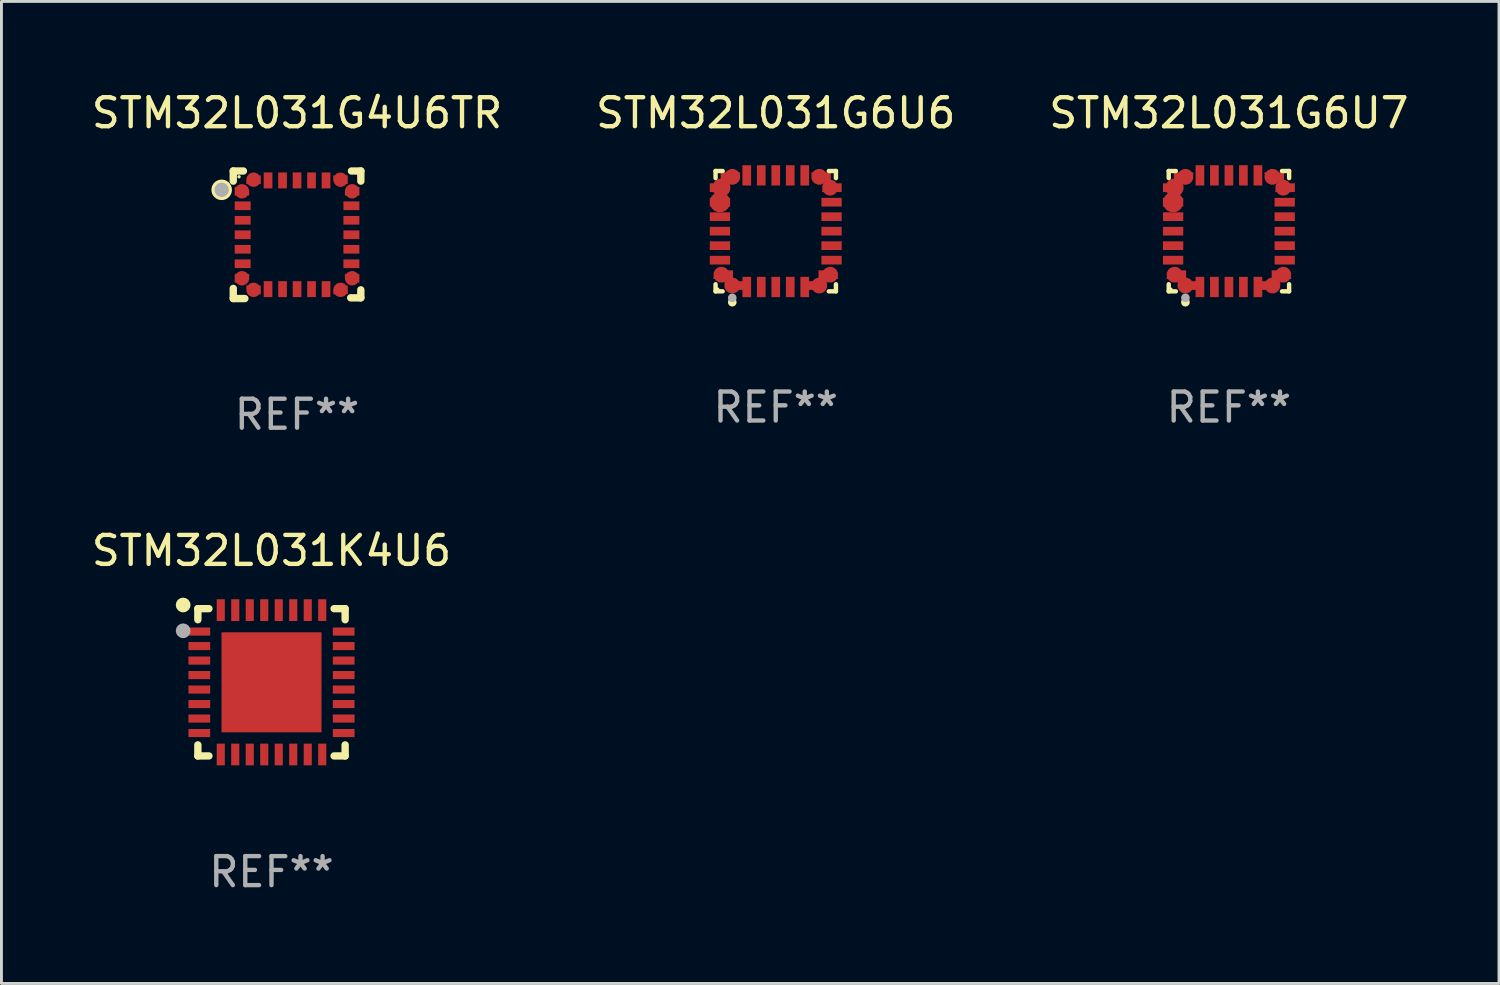
<source format=kicad_pcb>
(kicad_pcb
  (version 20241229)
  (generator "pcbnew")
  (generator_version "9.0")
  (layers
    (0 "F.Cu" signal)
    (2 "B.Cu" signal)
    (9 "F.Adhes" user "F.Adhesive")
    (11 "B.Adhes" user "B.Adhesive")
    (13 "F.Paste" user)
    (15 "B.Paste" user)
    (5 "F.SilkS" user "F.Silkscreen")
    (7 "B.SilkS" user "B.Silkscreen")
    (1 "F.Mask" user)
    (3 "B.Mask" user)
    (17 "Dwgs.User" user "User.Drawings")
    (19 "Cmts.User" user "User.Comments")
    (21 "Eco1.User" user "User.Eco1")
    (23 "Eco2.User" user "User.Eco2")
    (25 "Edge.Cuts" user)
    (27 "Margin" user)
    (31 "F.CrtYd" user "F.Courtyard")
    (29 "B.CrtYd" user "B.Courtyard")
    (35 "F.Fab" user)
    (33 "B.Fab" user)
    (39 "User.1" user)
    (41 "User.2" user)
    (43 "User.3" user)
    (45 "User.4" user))
  (footprint "STM32L031G6U6"
    (layer "F.Cu")
    (at 23.708 4.924)
    (property "Reference" "STM32L031G6U6" (at 0 -4.076 0) (layer "F.SilkS") (effects (font (size 1 1) (thickness 0.15))))
    (attr through_hole)
    (fp_line (start -2.076 -2.076) (end -1.831 -2.076) (stroke (width 0.152) (type solid)) (layer "F.SilkS"))
    (fp_line (start -2.076 -1.831) (end -2.076 -2.076) (stroke (width 0.152) (type solid)) (layer "F.SilkS"))
    (fp_line (start -2.076 1.831) (end -2.076 2.076) (stroke (width 0.152) (type solid)) (layer "F.SilkS"))
    (fp_line (start -2.076 2.076) (end -1.831 2.076) (stroke (width 0.152) (type solid)) (layer "F.SilkS"))
    (fp_line (start 2.076 -2.076) (end 1.831 -2.076) (stroke (width 0.152) (type solid)) (layer "F.SilkS"))
    (fp_line (start 2.076 -1.831) (end 2.076 -2.076) (stroke (width 0.152) (type solid)) (layer "F.SilkS"))
    (fp_line (start 2.076 1.831) (end 2.076 2.076) (stroke (width 0.152) (type solid)) (layer "F.SilkS"))
    (fp_line (start 2.076 2.076) (end 1.831 2.076) (stroke (width 0.152) (type solid)) (layer "F.SilkS"))
    (fp_circle (center -2 2) (end -1.97 2) (stroke (width 0.06) (type solid)) (fill no) (layer "F.SilkS"))
    (fp_circle (center -1.5 2.45) (end -1.425 2.45) (stroke (width 0.15) (type solid)) (fill no) (layer "F.SilkS"))
    (fp_circle (center -1.5 2.3) (end -1.425 2.3) (stroke (width 0.15) (type solid)) (fill no) (layer "F.Fab"))
    (fp_text user "REF**" (at 0 6.076 0) (layer "F.Fab") (effects (font (size 1 1) (thickness 0.15))))
    (pad "1" smd custom (at -1.5 1.875 90) (size 0.55 0.3) (layers "F.Cu" "F.Mask" "F.Paste") (options (anchor circle)) (primitives (gr_poly (pts (xy -0.15 -0.025) (xy -0.15 0.4) (xy 0.15 0.4) (xy 0.15 -0.275) (xy 0.1 -0.275)) (width 0) (fill yes))))
    (pad "2" smd rect (at -1 1.925) (size 0.3 0.7) (layers "F.Cu" "F.Mask" "F.Paste"))
    (pad "3" smd rect (at -0.5 1.925) (size 0.3 0.7) (layers "F.Cu" "F.Mask" "F.Paste"))
    (pad "4" smd rect (at 0 1.925) (size 0.3 0.7) (layers "F.Cu" "F.Mask" "F.Paste"))
    (pad "5" smd rect (at 0.5 1.925) (size 0.3 0.7) (layers "F.Cu" "F.Mask" "F.Paste"))
    (pad "6" smd rect (at 1 1.925) (size 0.3 0.7) (layers "F.Cu" "F.Mask" "F.Paste"))
    (pad "7" smd custom (at 1.5 1.875 270) (size 0.55 0.3) (layers "F.Cu" "F.Mask" "F.Paste") (options (anchor circle)) (primitives (gr_poly (pts (xy 0.15 -0.025) (xy 0.15 0.4) (xy -0.15 0.4) (xy -0.15 -0.275) (xy -0.1 -0.275)) (width 0) (fill yes))))
    (pad "8" smd custom (at 1.875 1.5 180) (size 0.55 0.3) (layers "F.Cu" "F.Mask" "F.Paste") (options (anchor circle)) (primitives (gr_poly (pts (xy -0.025 0.15) (xy 0.4 0.15) (xy 0.4 -0.15) (xy -0.275 -0.15) (xy -0.275 -0.1)) (width 0) (fill yes))))
    (pad "9" smd rect (at 1.925 1) (size 0.7 0.3) (layers "F.Cu" "F.Mask" "F.Paste"))
    (pad "10" smd rect (at 1.925 0.5) (size 0.7 0.3) (layers "F.Cu" "F.Mask" "F.Paste"))
    (pad "11" smd rect (at 1.925 0) (size 0.7 0.3) (layers "F.Cu" "F.Mask" "F.Paste"))
    (pad "12" smd rect (at 1.925 -0.5) (size 0.7 0.3) (layers "F.Cu" "F.Mask" "F.Paste"))
    (pad "13" smd rect (at 1.925 -1) (size 0.7 0.3) (layers "F.Cu" "F.Mask" "F.Paste"))
    (pad "14" smd custom (at 1.875 -1.5) (size 0.55 0.3) (layers "F.Cu" "F.Mask" "F.Paste") (options (anchor circle)) (primitives (gr_poly (pts (xy -0.025 -0.15) (xy 0.4 -0.15) (xy 0.4 0.15) (xy -0.275 0.15) (xy -0.275 0.1)) (width 0) (fill yes))))
    (pad "15" smd custom (at 1.5 -1.875 270) (size 0.55 0.3) (layers "F.Cu" "F.Mask" "F.Paste") (options (anchor circle)) (primitives (gr_poly (pts (xy 0.15 0.025) (xy 0.15 -0.4) (xy -0.15 -0.4) (xy -0.15 0.275) (xy -0.1 0.275)) (width 0) (fill yes))))
    (pad "16" smd rect (at 1 -1.925) (size 0.3 0.7) (layers "F.Cu" "F.Mask" "F.Paste"))
    (pad "17" smd rect (at 0.5 -1.925) (size 0.3 0.7) (layers "F.Cu" "F.Mask" "F.Paste"))
    (pad "18" smd rect (at 0 -1.925) (size 0.3 0.7) (layers "F.Cu" "F.Mask" "F.Paste"))
    (pad "19" smd rect (at -0.5 -1.925) (size 0.3 0.7) (layers "F.Cu" "F.Mask" "F.Paste"))
    (pad "20" smd rect (at -1 -1.925) (size 0.3 0.7) (layers "F.Cu" "F.Mask" "F.Paste"))
    (pad "21" smd custom (at -1.5 -1.875 90) (size 0.55 0.3) (layers "F.Cu" "F.Mask" "F.Paste") (options (anchor circle)) (primitives (gr_poly (pts (xy -0.15 0.025) (xy -0.15 -0.4) (xy 0.15 -0.4) (xy 0.15 0.275) (xy 0.1 0.275)) (width 0) (fill yes))))
    (pad "22" smd custom (at -1.875 -1.5) (size 0.625 0.3) (layers "F.Cu" "F.Mask" "F.Paste") (options (anchor circle)) (primitives (gr_poly (pts (xy 0.025 -0.15) (xy -0.4 -0.15) (xy -0.4 0.15) (xy 0.275 0.15) (xy 0.275 0.1)) (width 0) (fill yes))))
    (pad "23" smd custom (at -1.925 -1) (size 0.7 0.3) (layers "F.Cu" "F.Mask" "F.Paste") (options (anchor circle)) (primitives (gr_poly (pts (xy -0.35 -0.15) (xy 0.35 -0.15) (xy 0.35 0.15) (xy -0.35 0.15)) (width 0) (fill yes))))
    (pad "24" smd rect (at -1.925 -0.5) (size 0.7 0.3) (layers "F.Cu" "F.Mask" "F.Paste"))
    (pad "25" smd rect (at -1.925 0) (size 0.7 0.3) (layers "F.Cu" "F.Mask" "F.Paste"))
    (pad "26" smd rect (at -1.925 0.5) (size 0.7 0.3) (layers "F.Cu" "F.Mask" "F.Paste"))
    (pad "27" smd rect (at -1.925 1) (size 0.7 0.3) (layers "F.Cu" "F.Mask" "F.Paste"))
    (pad "28" smd custom (at -1.875 1.5 180) (size 0.55 0.3) (layers "F.Cu" "F.Mask" "F.Paste") (options (anchor circle)) (primitives (gr_poly (pts (xy 0.025 0.15) (xy -0.4 0.15) (xy -0.4 -0.15) (xy 0.275 -0.15) (xy 0.275 -0.1)) (width 0) (fill yes)))))
  (footprint "STM32L031G6U7"
    (layer "F.Cu")
    (at 39.339 4.924)
    (property "Reference" "STM32L031G6U7" (at 0 -4.076 0) (layer "F.SilkS") (effects (font (size 1 1) (thickness 0.15))))
    (attr through_hole)
    (fp_line (start -2.076 -2.076) (end -1.831 -2.076) (stroke (width 0.152) (type solid)) (layer "F.SilkS"))
    (fp_line (start -2.076 -1.831) (end -2.076 -2.076) (stroke (width 0.152) (type solid)) (layer "F.SilkS"))
    (fp_line (start -2.076 1.831) (end -2.076 2.076) (stroke (width 0.152) (type solid)) (layer "F.SilkS"))
    (fp_line (start -2.076 2.076) (end -1.831 2.076) (stroke (width 0.152) (type solid)) (layer "F.SilkS"))
    (fp_line (start 2.076 -2.076) (end 1.831 -2.076) (stroke (width 0.152) (type solid)) (layer "F.SilkS"))
    (fp_line (start 2.076 -1.831) (end 2.076 -2.076) (stroke (width 0.152) (type solid)) (layer "F.SilkS"))
    (fp_line (start 2.076 1.831) (end 2.076 2.076) (stroke (width 0.152) (type solid)) (layer "F.SilkS"))
    (fp_line (start 2.076 2.076) (end 1.831 2.076) (stroke (width 0.152) (type solid)) (layer "F.SilkS"))
    (fp_circle (center -2 2) (end -1.97 2) (stroke (width 0.06) (type solid)) (fill no) (layer "F.SilkS"))
    (fp_circle (center -1.5 2.45) (end -1.425 2.45) (stroke (width 0.15) (type solid)) (fill no) (layer "F.SilkS"))
    (fp_circle (center -1.5 2.3) (end -1.425 2.3) (stroke (width 0.15) (type solid)) (fill no) (layer "F.Fab"))
    (fp_text user "REF**" (at 0 6.076 0) (layer "F.Fab") (effects (font (size 1 1) (thickness 0.15))))
    (pad "1" smd custom (at -1.5 1.875 90) (size 0.55 0.3) (layers "F.Cu" "F.Mask" "F.Paste") (options (anchor circle)) (primitives (gr_poly (pts (xy -0.15 -0.025) (xy -0.15 0.4) (xy 0.15 0.4) (xy 0.15 -0.275) (xy 0.1 -0.275)) (width 0) (fill yes))))
    (pad "2" smd rect (at -1 1.925) (size 0.3 0.7) (layers "F.Cu" "F.Mask" "F.Paste"))
    (pad "3" smd rect (at -0.5 1.925) (size 0.3 0.7) (layers "F.Cu" "F.Mask" "F.Paste"))
    (pad "4" smd rect (at 0 1.925) (size 0.3 0.7) (layers "F.Cu" "F.Mask" "F.Paste"))
    (pad "5" smd rect (at 0.5 1.925) (size 0.3 0.7) (layers "F.Cu" "F.Mask" "F.Paste"))
    (pad "6" smd rect (at 1 1.925) (size 0.3 0.7) (layers "F.Cu" "F.Mask" "F.Paste"))
    (pad "7" smd custom (at 1.5 1.875 270) (size 0.55 0.3) (layers "F.Cu" "F.Mask" "F.Paste") (options (anchor circle)) (primitives (gr_poly (pts (xy 0.15 -0.025) (xy 0.15 0.4) (xy -0.15 0.4) (xy -0.15 -0.275) (xy -0.1 -0.275)) (width 0) (fill yes))))
    (pad "8" smd custom (at 1.875 1.5 180) (size 0.55 0.3) (layers "F.Cu" "F.Mask" "F.Paste") (options (anchor circle)) (primitives (gr_poly (pts (xy -0.025 0.15) (xy 0.4 0.15) (xy 0.4 -0.15) (xy -0.275 -0.15) (xy -0.275 -0.1)) (width 0) (fill yes))))
    (pad "9" smd rect (at 1.925 1) (size 0.7 0.3) (layers "F.Cu" "F.Mask" "F.Paste"))
    (pad "10" smd rect (at 1.925 0.5) (size 0.7 0.3) (layers "F.Cu" "F.Mask" "F.Paste"))
    (pad "11" smd rect (at 1.925 0) (size 0.7 0.3) (layers "F.Cu" "F.Mask" "F.Paste"))
    (pad "12" smd rect (at 1.925 -0.5) (size 0.7 0.3) (layers "F.Cu" "F.Mask" "F.Paste"))
    (pad "13" smd rect (at 1.925 -1) (size 0.7 0.3) (layers "F.Cu" "F.Mask" "F.Paste"))
    (pad "14" smd custom (at 1.875 -1.5) (size 0.55 0.3) (layers "F.Cu" "F.Mask" "F.Paste") (options (anchor circle)) (primitives (gr_poly (pts (xy -0.025 -0.15) (xy 0.4 -0.15) (xy 0.4 0.15) (xy -0.275 0.15) (xy -0.275 0.1)) (width 0) (fill yes))))
    (pad "15" smd custom (at 1.5 -1.875 270) (size 0.55 0.3) (layers "F.Cu" "F.Mask" "F.Paste") (options (anchor circle)) (primitives (gr_poly (pts (xy 0.15 0.025) (xy 0.15 -0.4) (xy -0.15 -0.4) (xy -0.15 0.275) (xy -0.1 0.275)) (width 0) (fill yes))))
    (pad "16" smd rect (at 1 -1.925) (size 0.3 0.7) (layers "F.Cu" "F.Mask" "F.Paste"))
    (pad "17" smd rect (at 0.5 -1.925) (size 0.3 0.7) (layers "F.Cu" "F.Mask" "F.Paste"))
    (pad "18" smd rect (at 0 -1.925) (size 0.3 0.7) (layers "F.Cu" "F.Mask" "F.Paste"))
    (pad "19" smd rect (at -0.5 -1.925) (size 0.3 0.7) (layers "F.Cu" "F.Mask" "F.Paste"))
    (pad "20" smd rect (at -1 -1.925) (size 0.3 0.7) (layers "F.Cu" "F.Mask" "F.Paste"))
    (pad "21" smd custom (at -1.5 -1.875 90) (size 0.55 0.3) (layers "F.Cu" "F.Mask" "F.Paste") (options (anchor circle)) (primitives (gr_poly (pts (xy -0.15 0.025) (xy -0.15 -0.4) (xy 0.15 -0.4) (xy 0.15 0.275) (xy 0.1 0.275)) (width 0) (fill yes))))
    (pad "22" smd custom (at -1.875 -1.5) (size 0.625 0.3) (layers "F.Cu" "F.Mask" "F.Paste") (options (anchor circle)) (primitives (gr_poly (pts (xy 0.025 -0.15) (xy -0.4 -0.15) (xy -0.4 0.15) (xy 0.275 0.15) (xy 0.275 0.1)) (width 0) (fill yes))))
    (pad "23" smd custom (at -1.925 -1) (size 0.7 0.3) (layers "F.Cu" "F.Mask" "F.Paste") (options (anchor circle)) (primitives (gr_poly (pts (xy -0.35 -0.15) (xy 0.35 -0.15) (xy 0.35 0.15) (xy -0.35 0.15)) (width 0) (fill yes))))
    (pad "24" smd rect (at -1.925 -0.5) (size 0.7 0.3) (layers "F.Cu" "F.Mask" "F.Paste"))
    (pad "25" smd rect (at -1.925 0) (size 0.7 0.3) (layers "F.Cu" "F.Mask" "F.Paste"))
    (pad "26" smd rect (at -1.925 0.5) (size 0.7 0.3) (layers "F.Cu" "F.Mask" "F.Paste"))
    (pad "27" smd rect (at -1.925 1) (size 0.7 0.3) (layers "F.Cu" "F.Mask" "F.Paste"))
    (pad "28" smd custom (at -1.875 1.5 180) (size 0.55 0.3) (layers "F.Cu" "F.Mask" "F.Paste") (options (anchor circle)) (primitives (gr_poly (pts (xy 0.025 0.15) (xy -0.4 0.15) (xy -0.4 -0.15) (xy 0.275 -0.15) (xy 0.275 -0.1)) (width 0) (fill yes)))))
  (footprint "STM32L031K4U6"
    (layer "F.Cu")
    (at 6.315 20.485)
    (property "Reference" "STM32L031K4U6" (at 0 -4.54 0) (layer "F.SilkS") (effects (font (size 1 1) (thickness 0.15))))
    (attr through_hole)
    (fp_line (start -2.54 -2.54) (end -2.159 -2.54) (stroke (width 0.254) (type solid)) (layer "F.SilkS"))
    (fp_line (start -2.54 -2.159) (end -2.54 -2.54) (stroke (width 0.254) (type solid)) (layer "F.SilkS"))
    (fp_line (start -2.54 2.54) (end -2.54 2.159) (stroke (width 0.254) (type solid)) (layer "F.SilkS"))
    (fp_line (start -2.159 2.54) (end -2.54 2.54) (stroke (width 0.254) (type solid)) (layer "F.SilkS"))
    (fp_line (start 2.159 -2.54) (end 2.54 -2.54) (stroke (width 0.254) (type solid)) (layer "F.SilkS"))
    (fp_line (start 2.54 -2.54) (end 2.54 -2.159) (stroke (width 0.254) (type solid)) (layer "F.SilkS"))
    (fp_line (start 2.54 2.159) (end 2.54 2.54) (stroke (width 0.254) (type solid)) (layer "F.SilkS"))
    (fp_line (start 2.54 2.54) (end 2.159 2.54) (stroke (width 0.254) (type solid)) (layer "F.SilkS"))
    (fp_circle (center -3.048 -2.667) (end -2.921 -2.667) (stroke (width 0.254) (type solid)) (fill no) (layer "F.SilkS"))
    (fp_circle (center -2.5 -2.5) (end -2.47 -2.5) (stroke (width 0.06) (type solid)) (fill no) (layer "F.SilkS"))
    (fp_circle (center -3.048 -1.778) (end -2.921 -1.778) (stroke (width 0.254) (type solid)) (fill no) (layer "F.Fab"))
    (fp_text user "REF**" (at 0 6.54 0) (layer "F.Fab") (effects (font (size 1 1) (thickness 0.15))))
    (pad "1" smd rect (at -2.49 -1.75) (size 0.75 0.28) (layers "F.Cu" "F.Mask" "F.Paste"))
    (pad "2" smd rect (at -2.49 -1.25) (size 0.75 0.28) (layers "F.Cu" "F.Mask" "F.Paste"))
    (pad "3" smd rect (at -2.49 -0.75) (size 0.75 0.28) (layers "F.Cu" "F.Mask" "F.Paste"))
    (pad "4" smd rect (at -2.49 -0.25) (size 0.75 0.28) (layers "F.Cu" "F.Mask" "F.Paste"))
    (pad "5" smd rect (at -2.49 0.25) (size 0.75 0.28) (layers "F.Cu" "F.Mask" "F.Paste"))
    (pad "6" smd rect (at -2.49 0.75) (size 0.75 0.28) (layers "F.Cu" "F.Mask" "F.Paste"))
    (pad "7" smd rect (at -2.49 1.25) (size 0.75 0.28) (layers "F.Cu" "F.Mask" "F.Paste"))
    (pad "8" smd rect (at -2.49 1.75) (size 0.75 0.28) (layers "F.Cu" "F.Mask" "F.Paste"))
    (pad "9" smd rect (at -1.75 2.49) (size 0.28 0.75) (layers "F.Cu" "F.Mask" "F.Paste"))
    (pad "10" smd rect (at -1.25 2.49) (size 0.28 0.75) (layers "F.Cu" "F.Mask" "F.Paste"))
    (pad "11" smd rect (at -0.75 2.49) (size 0.28 0.75) (layers "F.Cu" "F.Mask" "F.Paste"))
    (pad "12" smd rect (at -0.25 2.49) (size 0.28 0.75) (layers "F.Cu" "F.Mask" "F.Paste"))
    (pad "13" smd rect (at 0.25 2.49) (size 0.28 0.75) (layers "F.Cu" "F.Mask" "F.Paste"))
    (pad "14" smd rect (at 0.75 2.49) (size 0.28 0.75) (layers "F.Cu" "F.Mask" "F.Paste"))
    (pad "15" smd rect (at 1.25 2.49) (size 0.28 0.75) (layers "F.Cu" "F.Mask" "F.Paste"))
    (pad "16" smd rect (at 1.75 2.49) (size 0.28 0.75) (layers "F.Cu" "F.Mask" "F.Paste"))
    (pad "17" smd rect (at 2.49 1.75) (size 0.75 0.28) (layers "F.Cu" "F.Mask" "F.Paste"))
    (pad "18" smd rect (at 2.49 1.25) (size 0.75 0.28) (layers "F.Cu" "F.Mask" "F.Paste"))
    (pad "19" smd rect (at 2.49 0.75) (size 0.75 0.28) (layers "F.Cu" "F.Mask" "F.Paste"))
    (pad "20" smd rect (at 2.49 0.25) (size 0.75 0.28) (layers "F.Cu" "F.Mask" "F.Paste"))
    (pad "21" smd rect (at 2.49 -0.25) (size 0.75 0.28) (layers "F.Cu" "F.Mask" "F.Paste"))
    (pad "22" smd rect (at 2.49 -0.75) (size 0.75 0.28) (layers "F.Cu" "F.Mask" "F.Paste"))
    (pad "23" smd rect (at 2.49 -1.25) (size 0.75 0.28) (layers "F.Cu" "F.Mask" "F.Paste"))
    (pad "24" smd rect (at 2.49 -1.75) (size 0.75 0.28) (layers "F.Cu" "F.Mask" "F.Paste"))
    (pad "25" smd rect (at 1.75 -2.49) (size 0.28 0.75) (layers "F.Cu" "F.Mask" "F.Paste"))
    (pad "26" smd rect (at 1.25 -2.49) (size 0.28 0.75) (layers "F.Cu" "F.Mask" "F.Paste"))
    (pad "27" smd rect (at 0.75 -2.49) (size 0.28 0.75) (layers "F.Cu" "F.Mask" "F.Paste"))
    (pad "28" smd rect (at 0.25 -2.49) (size 0.28 0.75) (layers "F.Cu" "F.Mask" "F.Paste"))
    (pad "29" smd rect (at -0.25 -2.49) (size 0.28 0.75) (layers "F.Cu" "F.Mask" "F.Paste"))
    (pad "30" smd rect (at -0.75 -2.49) (size 0.28 0.75) (layers "F.Cu" "F.Mask" "F.Paste"))
    (pad "31" smd rect (at -1.25 -2.49) (size 0.28 0.75) (layers "F.Cu" "F.Mask" "F.Paste"))
    (pad "32" smd rect (at -1.75 -2.49) (size 0.28 0.75) (layers "F.Cu" "F.Mask" "F.Paste"))
    (pad "33" smd rect (at 0 0) (size 3.45 3.45) (layers "F.Cu" "F.Mask" "F.Paste")))
  (footprint "STM32L031G4U6TR"
    (layer "F.Cu")
    (at 7.196 5.048)
    (property "Reference" "STM32L031G4U6TR" (at 0 -4.2 0) (layer "F.SilkS") (effects (font (size 1 1) (thickness 0.15))))
    (attr through_hole)
    (fp_line (start -2.2 1.85) (end -2.2 2.2) (stroke (width 0.254) (type solid)) (layer "F.SilkS"))
    (fp_line (start -2.2 2.2) (end -1.8 2.2) (stroke (width 0.254) (type solid)) (layer "F.SilkS"))
    (fp_line (start -2.2 -2.2) (end -2.2 -1.85) (stroke (width 0.254) (type solid)) (layer "F.SilkS"))
    (fp_line (start -1.85 -2.2) (end -2.2 -2.2) (stroke (width 0.254) (type solid)) (layer "F.SilkS"))
    (fp_line (start 1.876 -2.2) (end 2.2 -2.2) (stroke (width 0.254) (type solid)) (layer "F.SilkS"))
    (fp_line (start 2.2 -2.2) (end 2.2 -1.85) (stroke (width 0.254) (type solid)) (layer "F.SilkS"))
    (fp_line (start 2.2 1.9) (end 2.2 2.175) (stroke (width 0.254) (type solid)) (layer "F.SilkS"))
    (fp_line (start 2.2 2.175) (end 1.85 2.175) (stroke (width 0.254) (type solid)) (layer "F.SilkS"))
    (fp_circle (center -2.6 -1.55) (end -2.5 -1.55) (stroke (width 0.254) (type solid)) (fill no) (layer "F.SilkS"))
    (fp_circle (center -2 -2) (end -1.97 -2) (stroke (width 0.06) (type solid)) (fill no) (layer "F.SilkS"))
    (fp_circle (center -2.6 -1.55) (end -2.475 -1.55) (stroke (width 0.25) (type solid)) (fill no) (layer "F.Fab"))
    (fp_text user "REF**" (at 0 6.2 0) (layer "F.Fab") (effects (font (size 1 1) (thickness 0.15))))
    (pad "1" smd custom (at -1.9 -1.5) (size 0.5 0.3) (layers "F.Cu" "F.Mask" "F.Paste") (options (anchor circle)) (primitives (gr_poly (pts (xy -0.25 0.15) (xy 0.25 0.15) (xy 0.25 -0.000076) (xy 0.1 -0.15) (xy -0.25 -0.15)) (width 0) (fill yes))))
    (pad "2" smd rect (at -1.875 -1 90) (size 0.3 0.55) (layers "F.Cu" "F.Mask" "F.Paste"))
    (pad "3" smd rect (at -1.875 -0.5 90) (size 0.3 0.55) (layers "F.Cu" "F.Mask" "F.Paste"))
    (pad "4" smd rect (at -1.875 -0.000152 90) (size 0.3 0.55) (layers "F.Cu" "F.Mask" "F.Paste"))
    (pad "5" smd rect (at -1.875 0.5 90) (size 0.3 0.55) (layers "F.Cu" "F.Mask" "F.Paste"))
    (pad "6" smd rect (at -1.875 1 90) (size 0.3 0.55) (layers "F.Cu" "F.Mask" "F.Paste"))
    (pad "7" smd custom (at -1.9 1.5) (size 0.5 0.3) (layers "F.Cu" "F.Mask" "F.Paste") (options (anchor circle)) (primitives (gr_poly (pts (xy -0.25 -0.15) (xy 0.25 -0.15) (xy 0.25 -0.000102) (xy 0.1 0.15) (xy -0.25 0.15)) (width 0) (fill yes))))
    (pad "8" smd custom (at -1.5 1.9 90) (size 0.5 0.3) (layers "F.Cu" "F.Mask" "F.Paste") (options (anchor circle)) (primitives (gr_poly (pts (xy 0.15 0.25) (xy 0.15 -0.25) (xy -0.000127 -0.25) (xy -0.15 -0.1) (xy -0.15 0.25)) (width 0) (fill yes))))
    (pad "9" smd rect (at -1 1.875) (size 0.3 0.55) (layers "F.Cu" "F.Mask" "F.Paste"))
    (pad "10" smd rect (at -0.5 1.875) (size 0.3 0.55) (layers "F.Cu" "F.Mask" "F.Paste"))
    (pad "11" smd rect (at -0.000152 1.875) (size 0.3 0.55) (layers "F.Cu" "F.Mask" "F.Paste"))
    (pad "12" smd rect (at 0.5 1.875) (size 0.3 0.55) (layers "F.Cu" "F.Mask" "F.Paste"))
    (pad "13" smd rect (at 1 1.875) (size 0.3 0.55) (layers "F.Cu" "F.Mask" "F.Paste"))
    (pad "14" smd custom (at 1.5 1.9 90) (size 0.5 0.3) (layers "F.Cu" "F.Mask" "F.Paste") (options (anchor circle)) (primitives (gr_poly (pts (xy -0.15 0.25) (xy -0.15 -0.25) (xy -0.000051 -0.25) (xy 0.15 -0.1) (xy 0.15 0.25)) (width 0) (fill yes))))
    (pad "15" smd custom (at 1.9 1.5) (size 0.5 0.3) (layers "F.Cu" "F.Mask" "F.Paste") (options (anchor circle)) (primitives (gr_poly (pts (xy 0.25 -0.15) (xy -0.25 -0.15) (xy -0.25 -0.000076) (xy -0.1 0.15) (xy 0.25 0.15)) (width 0) (fill yes))))
    (pad "16" smd rect (at 1.875 1 90) (size 0.3 0.55) (layers "F.Cu" "F.Mask" "F.Paste"))
    (pad "17" smd rect (at 1.875 0.5 90) (size 0.3 0.55) (layers "F.Cu" "F.Mask" "F.Paste"))
    (pad "18" smd rect (at 1.875 -0.000152 90) (size 0.3 0.55) (layers "F.Cu" "F.Mask" "F.Paste"))
    (pad "19" smd rect (at 1.875 -0.5 90) (size 0.3 0.55) (layers "F.Cu" "F.Mask" "F.Paste"))
    (pad "20" smd rect (at 1.875 -1 90) (size 0.3 0.55) (layers "F.Cu" "F.Mask" "F.Paste"))
    (pad "21" smd custom (at 1.9 -1.5) (size 0.5 0.3) (layers "F.Cu" "F.Mask" "F.Paste") (options (anchor circle)) (primitives (gr_poly (pts (xy 0.25 0.15) (xy -0.25 0.15) (xy -0.25 -0.000102) (xy -0.1 -0.15) (xy 0.25 -0.15)) (width 0) (fill yes))))
    (pad "22" smd custom (at 1.5 -1.9 270) (size 0.5 0.3) (layers "F.Cu" "F.Mask" "F.Paste") (options (anchor circle)) (primitives (gr_poly (pts (xy -0.15 -0.25) (xy -0.15 0.25) (xy 0.000025 0.25) (xy 0.15 0.1) (xy 0.15 -0.25)) (width 0) (fill yes))))
    (pad "23" smd rect (at 1 -1.875) (size 0.3 0.55) (layers "F.Cu" "F.Mask" "F.Paste"))
    (pad "24" smd rect (at 0.5 -1.875) (size 0.3 0.55) (layers "F.Cu" "F.Mask" "F.Paste"))
    (pad "25" smd rect (at -0.000152 -1.875) (size 0.3 0.55) (layers "F.Cu" "F.Mask" "F.Paste"))
    (pad "26" smd rect (at -0.5 -1.875) (size 0.3 0.55) (layers "F.Cu" "F.Mask" "F.Paste"))
    (pad "27" smd rect (at -1 -1.875) (size 0.3 0.55) (layers "F.Cu" "F.Mask" "F.Paste"))
    (pad "28" smd custom (at -1.5 -1.9 270) (size 0.5 0.3) (layers "F.Cu" "F.Mask" "F.Paste") (options (anchor circle)) (primitives (gr_poly (pts (xy 0.15 -0.25) (xy 0.15 0.25) (xy -0.000127 0.25) (xy -0.15 0.1) (xy -0.15 -0.25)) (width 0) (fill yes)))))
  (gr_rect
    (start -3 -3)
    (end 48.655 30.873)
    (stroke (width 0.1) (type default))
    (fill no)
    (layer "Edge.Cuts")))
</source>
